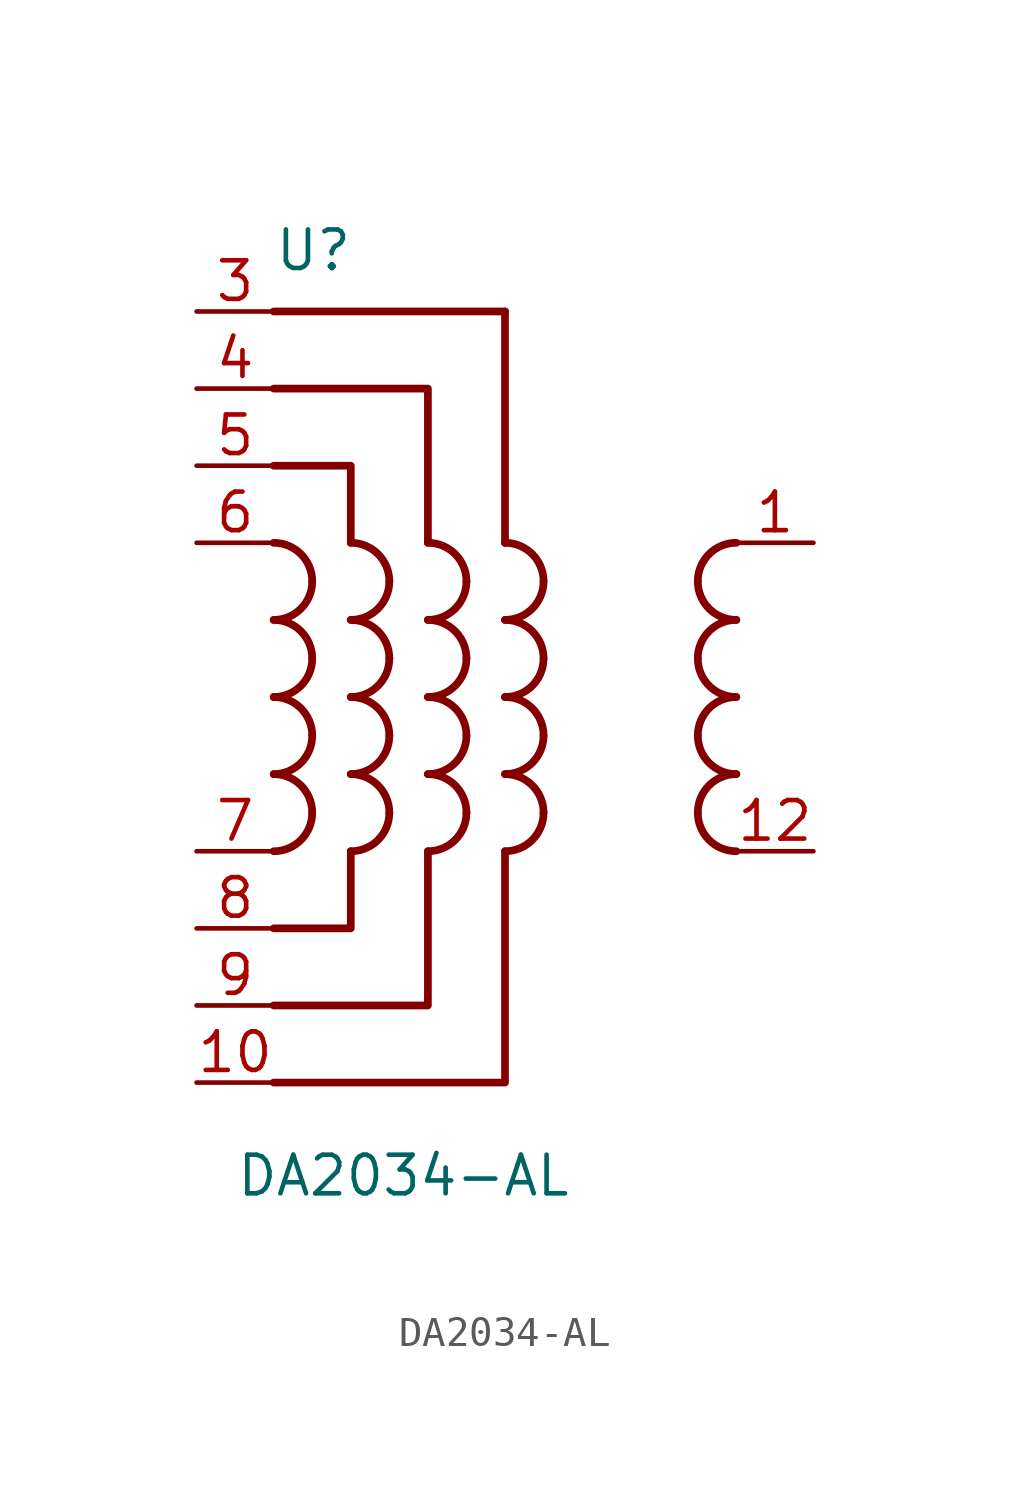
<source format=kicad_sym>
(kicad_symbol_lib
  (version 20220914)
  (generator kicad_symbol_editor)
  (symbol "DA2034-AL"
    (pin_names
      (offset 1.016))
    (property "Reference" "U"
      (at -10.16 13.97 0)
      (effects (font (size 1.27 1.27)) (justify left bottom)))
    (property "Value" "DA2034-AL"
      (at -11.43 -16.51 0)
      (effects (font (size 1.27 1.27)) (justify left bottom)))
    (symbol "DA2034-AL_1_0"
      (arc (start -10.16 -5.08) (mid -9.262 -4.708) (end -8.89 -3.81) (stroke (width 0.254) (type default)) (fill (type none)))
      (arc (start -10.16 -2.54) (mid -9.262 -2.168) (end -8.89 -1.27) (stroke (width 0.254) (type default)) (fill (type none)))
      (arc (start -10.16 0) (mid -9.262 0.372) (end -8.89 1.27) (stroke (width 0.254) (type default)) (fill (type none)))
      (arc (start -10.16 2.54) (mid -9.262 2.912) (end -8.89 3.81) (stroke (width 0.254) (type default)) (fill (type none)))
      (arc (start -8.89 -3.81) (mid -9.262 -2.912) (end -10.16 -2.54) (stroke (width 0.254) (type default)) (fill (type none)))
      (arc (start -8.89 -1.27) (mid -9.262 -0.372) (end -10.16 0) (stroke (width 0.254) (type default)) (fill (type none)))
      (arc (start -8.89 1.27) (mid -9.262 2.168) (end -10.16 2.54) (stroke (width 0.254) (type default)) (fill (type none)))
      (arc (start -8.89 3.81) (mid -9.262 4.708) (end -10.16 5.08) (stroke (width 0.254) (type default)) (fill (type none)))
      (arc (start -7.62 -5.08) (mid -6.722 -4.708) (end -6.35 -3.81) (stroke (width 0.254) (type default)) (fill (type none)))
      (arc (start -7.62 -2.54) (mid -6.722 -2.168) (end -6.35 -1.27) (stroke (width 0.254) (type default)) (fill (type none)))
      (arc (start -7.62 0) (mid -6.722 0.372) (end -6.35 1.27) (stroke (width 0.254) (type default)) (fill (type none)))
      (arc (start -7.62 2.54) (mid -6.722 2.912) (end -6.35 3.81) (stroke (width 0.254) (type default)) (fill (type none)))
      (arc (start -6.35 -3.81) (mid -6.722 -2.912) (end -7.62 -2.54) (stroke (width 0.254) (type default)) (fill (type none)))
      (arc (start -6.35 -1.27) (mid -6.722 -0.372) (end -7.62 0) (stroke (width 0.254) (type default)) (fill (type none)))
      (arc (start -6.35 1.27) (mid -6.722 2.168) (end -7.62 2.54) (stroke (width 0.254) (type default)) (fill (type none)))
      (arc (start -6.35 3.81) (mid -6.722 4.708) (end -7.62 5.08) (stroke (width 0.254) (type default)) (fill (type none)))
      (arc (start -5.08 -5.08) (mid -4.182 -4.708) (end -3.81 -3.81) (stroke (width 0.254) (type default)) (fill (type none)))
      (arc (start -5.08 -2.54) (mid -4.182 -2.168) (end -3.81 -1.27) (stroke (width 0.254) (type default)) (fill (type none)))
      (arc (start -5.08 0) (mid -4.182 0.372) (end -3.81 1.27) (stroke (width 0.254) (type default)) (fill (type none)))
      (arc (start -5.08 2.54) (mid -4.182 2.912) (end -3.81 3.81) (stroke (width 0.254) (type default)) (fill (type none)))
      (arc (start -3.81 -3.81) (mid -4.182 -2.912) (end -5.08 -2.54) (stroke (width 0.254) (type default)) (fill (type none)))
      (arc (start -3.81 -1.27) (mid -4.182 -0.372) (end -5.08 0) (stroke (width 0.254) (type default)) (fill (type none)))
      (arc (start -3.81 1.27) (mid -4.182 2.168) (end -5.08 2.54) (stroke (width 0.254) (type default)) (fill (type none)))
      (arc (start -3.81 3.81) (mid -4.182 4.708) (end -5.08 5.08) (stroke (width 0.254) (type default)) (fill (type none)))
      (arc (start -2.54 -5.08) (mid -1.642 -4.708) (end -1.27 -3.81) (stroke (width 0.254) (type default)) (fill (type none)))
      (arc (start -2.54 -2.54) (mid -1.642 -2.168) (end -1.27 -1.27) (stroke (width 0.254) (type default)) (fill (type none)))
      (arc (start -2.54 0) (mid -1.642 0.372) (end -1.27 1.27) (stroke (width 0.254) (type default)) (fill (type none)))
      (arc (start -2.54 2.54) (mid -1.642 2.912) (end -1.27 3.81) (stroke (width 0.254) (type default)) (fill (type none)))
      (arc (start -1.27 -3.81) (mid -1.642 -2.912) (end -2.54 -2.54) (stroke (width 0.254) (type default)) (fill (type none)))
      (arc (start -1.27 -1.27) (mid -1.642 -0.372) (end -2.54 0) (stroke (width 0.254) (type default)) (fill (type none)))
      (arc (start -1.27 1.27) (mid -1.642 2.168) (end -2.54 2.54) (stroke (width 0.254) (type default)) (fill (type none)))
      (arc (start -1.27 3.81) (mid -1.642 4.708) (end -2.54 5.08) (stroke (width 0.254) (type default)) (fill (type none)))
      (polyline (pts (xy -10.16 12.7) (xy -2.54 12.7)) (stroke (width 0.254) (type default)) (fill (type none)))
      (polyline (pts (xy -2.54 12.7) (xy -2.54 5.08)) (stroke (width 0.254) (type default)) (fill (type none)))
      (polyline (pts (xy -10.16 7.62) (xy -7.62 7.62) (xy -7.62 5.08)) (stroke (width 0.254) (type default)) (fill (type none)))
      (polyline (pts (xy -10.16 10.16) (xy -5.08 10.16) (xy -5.08 5.08)) (stroke (width 0.254) (type default)) (fill (type none)))
      (polyline (pts (xy -7.62 -5.08) (xy -7.62 -7.62) (xy -10.16 -7.62)) (stroke (width 0.254) (type default)) (fill (type none)))
      (polyline (pts (xy -5.08 -5.08) (xy -5.08 -10.16) (xy -10.16 -10.16)) (stroke (width 0.254) (type default)) (fill (type none)))
      (polyline (pts (xy -2.54 -5.08) (xy -2.54 -12.7) (xy -10.16 -12.7)) (stroke (width 0.254) (type default)) (fill (type none)))
      (arc (start 3.81 -3.81) (mid 4.182 -4.708) (end 5.08 -5.08) (stroke (width 0.254) (type default)) (fill (type none)))
      (arc (start 3.81 -1.27) (mid 4.182 -2.168) (end 5.08 -2.54) (stroke (width 0.254) (type default)) (fill (type none)))
      (arc (start 3.81 1.27) (mid 4.182 0.372) (end 5.08 0) (stroke (width 0.254) (type default)) (fill (type none)))
      (arc (start 3.81 3.81) (mid 4.182 2.912) (end 5.08 2.54) (stroke (width 0.254) (type default)) (fill (type none)))
      (arc (start 5.08 -2.54) (mid 4.182 -2.912) (end 3.81 -3.81) (stroke (width 0.254) (type default)) (fill (type none)))
      (arc (start 5.08 0) (mid 4.182 -0.372) (end 3.81 -1.27) (stroke (width 0.254) (type default)) (fill (type none)))
      (arc (start 5.08 2.54) (mid 4.182 2.168) (end 3.81 1.27) (stroke (width 0.254) (type default)) (fill (type none)))
      (arc (start 5.08 5.08) (mid 4.182 4.708) (end 3.81 3.81) (stroke (width 0.254) (type default)) (fill (type none)))
      (pin passive line (at 7.62 5.08 180) (length 2.54) (name "1" (effects (font (size 0 0)))) (number "1" (effects (font (size 1.27 1.27)))))
      (pin passive line (at -12.7 -12.7 0) (length 2.54) (name "10" (effects (font (size 0 0)))) (number "10" (effects (font (size 1.27 1.27)))))
      (pin passive line (at 7.62 -5.08 180) (length 2.54) (name "12" (effects (font (size 0 0)))) (number "12" (effects (font (size 1.27 1.27)))))
      (pin passive line (at -12.7 12.7 0) (length 2.54) (name "3" (effects (font (size 0 0)))) (number "3" (effects (font (size 1.27 1.27)))))
      (pin passive line (at -12.7 10.16 0) (length 2.54) (name "4" (effects (font (size 0 0)))) (number "4" (effects (font (size 1.27 1.27)))))
      (pin passive line (at -12.7 7.62 0) (length 2.54) (name "5" (effects (font (size 0 0)))) (number "5" (effects (font (size 1.27 1.27)))))
      (pin passive line (at -12.7 5.08 0) (length 2.54) (name "6" (effects (font (size 0 0)))) (number "6" (effects (font (size 1.27 1.27)))))
      (pin passive line (at -12.7 -5.08 0) (length 2.54) (name "7" (effects (font (size 0 0)))) (number "7" (effects (font (size 1.27 1.27)))))
      (pin passive line (at -12.7 -7.62 0) (length 2.54) (name "8" (effects (font (size 0 0)))) (number "8" (effects (font (size 1.27 1.27)))))
      (pin passive line (at -12.7 -10.16 0) (length 2.54) (name "9" (effects (font (size 0 0)))) (number "9" (effects (font (size 1.27 1.27))))))))
</source>
